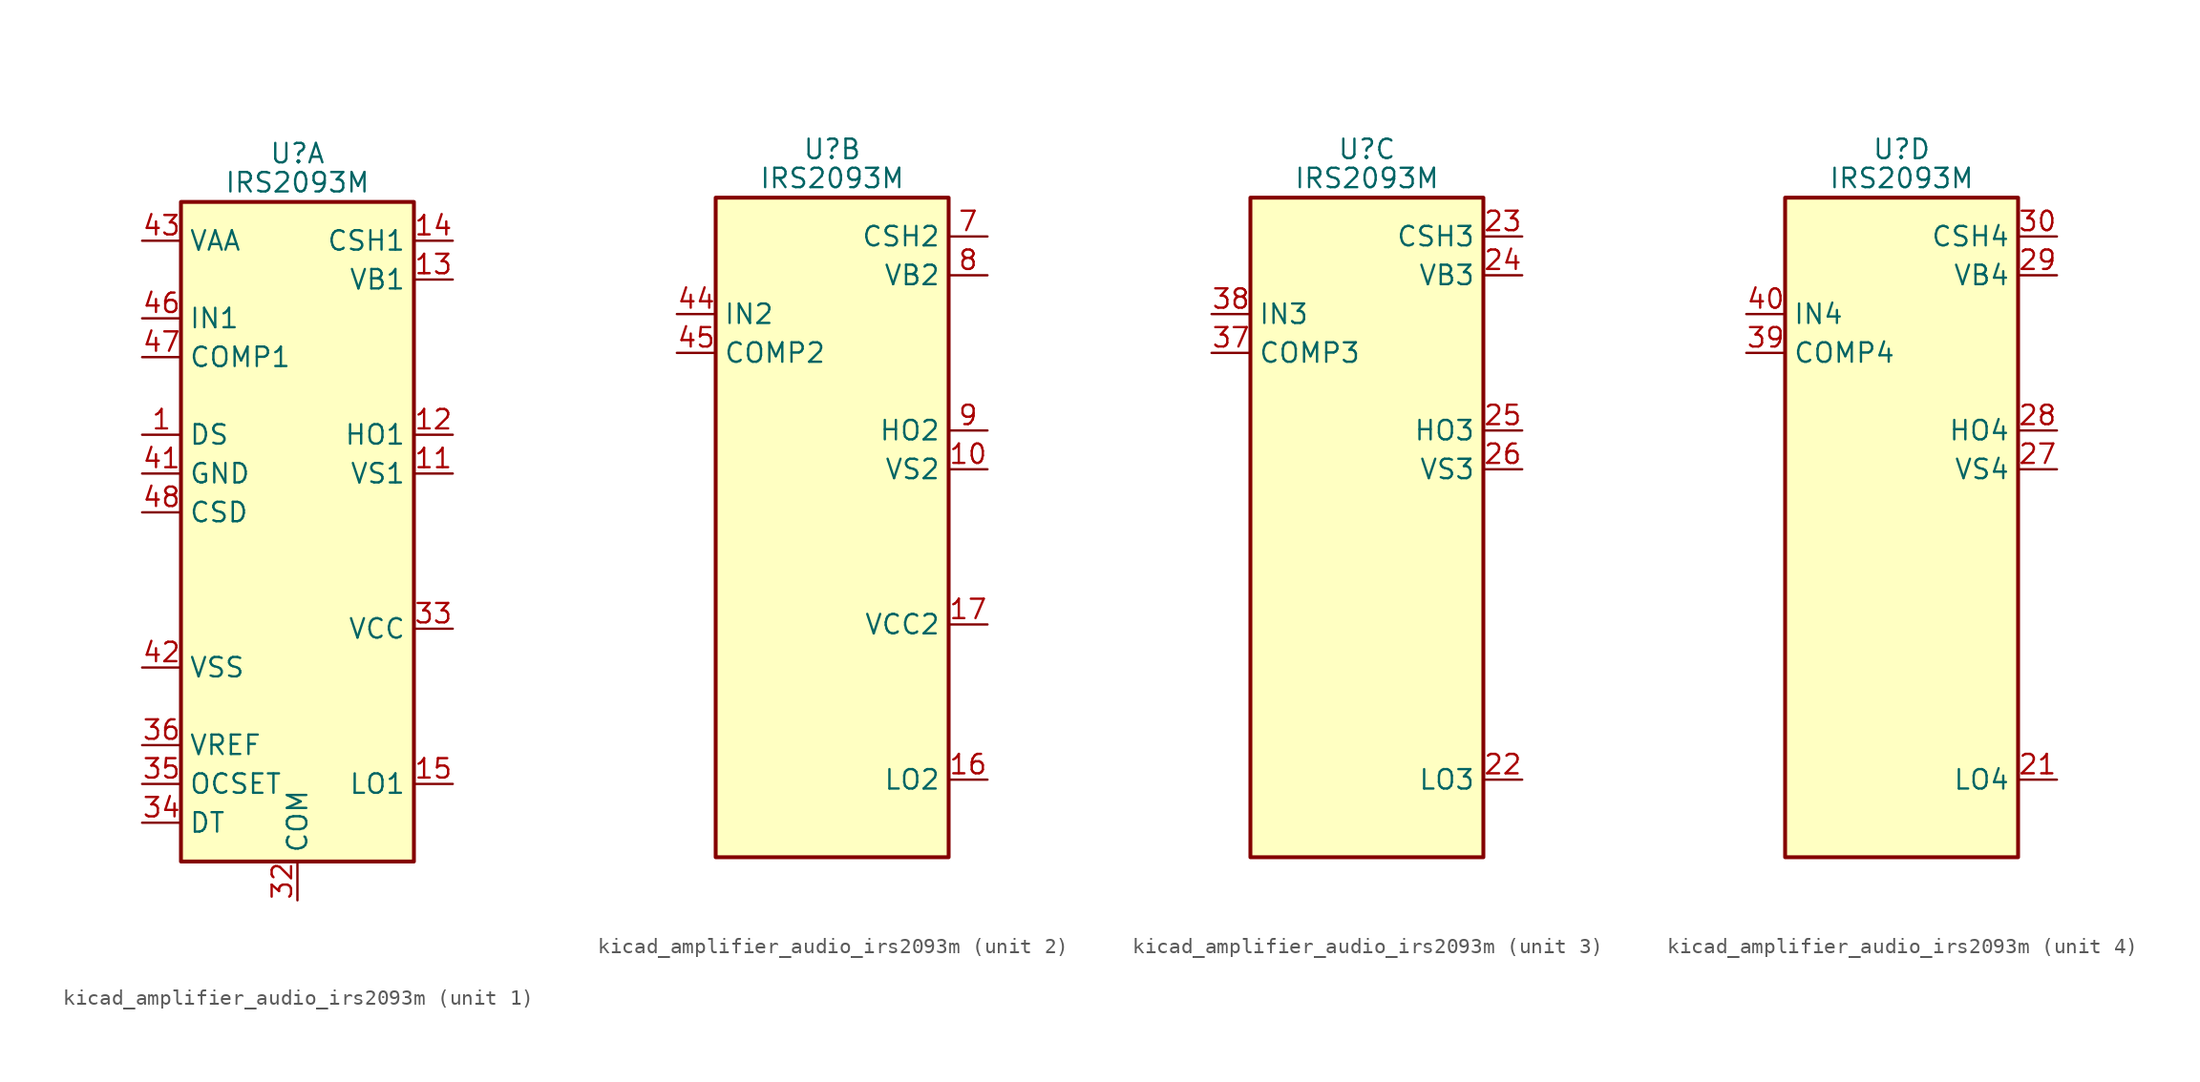
<source format=kicad_sym>
(kicad_symbol_lib
  (version 20220914)
  (generator kicad_symbol_editor)
  (symbol "kicad_amplifier_audio_irs2093m"
    (property "Reference" "U"
      (at 0 26.035 0)
      (effects (font (size 1.27 1.27))))
    (property "Value" "IRS2093M"
      (at 0 24.13 0)
      (effects (font (size 1.27 1.27))))
    (property "ki_locked" ""
      (at 0 0 0)
      (effects (font (size 1.27 1.27))))
    (symbol "kicad_amplifier_audio_irs2093m_0_1"
      (rectangle (start -7.62 -20.32) (end 7.62 22.86) (stroke (width 0.254) (type default)) (fill (type background))))
    (symbol "kicad_amplifier_audio_irs2093m_1_1"
      (pin input line (at -10.16 7.62 0) (length 2.54) (name "DS" (effects (font (size 1.27 1.27)))) (number "1" (effects (font (size 1.27 1.27)))))
      (pin passive line (at 10.16 5.08 180) (length 2.54) (name "VS1" (effects (font (size 1.27 1.27)))) (number "11" (effects (font (size 1.27 1.27)))))
      (pin output line (at 10.16 7.62 180) (length 2.54) (name "HO1" (effects (font (size 1.27 1.27)))) (number "12" (effects (font (size 1.27 1.27)))))
      (pin power_in line (at 10.16 17.78 180) (length 2.54) (name "VB1" (effects (font (size 1.27 1.27)))) (number "13" (effects (font (size 1.27 1.27)))))
      (pin passive line (at 10.16 20.32 180) (length 2.54) (name "CSH1" (effects (font (size 1.27 1.27)))) (number "14" (effects (font (size 1.27 1.27)))))
      (pin output line (at 10.16 -15.24 180) (length 2.54) (name "LO1" (effects (font (size 1.27 1.27)))) (number "15" (effects (font (size 1.27 1.27)))))
      (pin no_connect line (at 7.62 15.24 180) (length 2.54) hide (name "NC" (effects (font (size 1.27 1.27)))) (number "18" (effects (font (size 1.27 1.27)))))
      (pin no_connect line (at 7.62 12.7 180) (length 2.54) hide (name "NC" (effects (font (size 1.27 1.27)))) (number "19" (effects (font (size 1.27 1.27)))))
      (pin no_connect line (at -7.62 17.78 0) (length 2.54) hide (name "NC" (effects (font (size 1.27 1.27)))) (number "2" (effects (font (size 1.27 1.27)))))
      (pin passive line (at 0 -22.86 90) (length 2.54) hide (name "COM" (effects (font (size 1.27 1.27)))) (number "20" (effects (font (size 1.27 1.27)))))
      (pin no_connect line (at -7.62 10.16 0) (length 2.54) hide (name "NC" (effects (font (size 1.27 1.27)))) (number "3" (effects (font (size 1.27 1.27)))))
      (pin no_connect line (at 7.62 10.16 180) (length 2.54) hide (name "NC" (effects (font (size 1.27 1.27)))) (number "31" (effects (font (size 1.27 1.27)))))
      (pin power_in line (at 0 -22.86 90) (length 2.54) (name "COM" (effects (font (size 1.27 1.27)))) (number "32" (effects (font (size 1.27 1.27)))))
      (pin power_in line (at 10.16 -5.08 180) (length 2.54) (name "VCC" (effects (font (size 1.27 1.27)))) (number "33" (effects (font (size 1.27 1.27)))))
      (pin passive line (at -10.16 -17.78 0) (length 2.54) (name "DT" (effects (font (size 1.27 1.27)))) (number "34" (effects (font (size 1.27 1.27)))))
      (pin passive line (at -10.16 -15.24 0) (length 2.54) (name "OCSET" (effects (font (size 1.27 1.27)))) (number "35" (effects (font (size 1.27 1.27)))))
      (pin power_out line (at -10.16 -12.7 0) (length 2.54) (name "VREF" (effects (font (size 1.27 1.27)))) (number "36" (effects (font (size 1.27 1.27)))))
      (pin no_connect line (at -7.62 0 0) (length 2.54) hide (name "NC" (effects (font (size 1.27 1.27)))) (number "4" (effects (font (size 1.27 1.27)))))
      (pin power_in line (at -10.16 5.08 0) (length 2.54) (name "GND" (effects (font (size 1.27 1.27)))) (number "41" (effects (font (size 1.27 1.27)))))
      (pin power_in line (at -10.16 -7.62 0) (length 2.54) (name "VSS" (effects (font (size 1.27 1.27)))) (number "42" (effects (font (size 1.27 1.27)))))
      (pin power_in line (at -10.16 20.32 0) (length 2.54) (name "VAA" (effects (font (size 1.27 1.27)))) (number "43" (effects (font (size 1.27 1.27)))))
      (pin input line (at -10.16 15.24 0) (length 2.54) (name "IN1" (effects (font (size 1.27 1.27)))) (number "46" (effects (font (size 1.27 1.27)))))
      (pin output line (at -10.16 12.7 0) (length 2.54) (name "COMP1" (effects (font (size 1.27 1.27)))) (number "47" (effects (font (size 1.27 1.27)))))
      (pin passive line (at -10.16 2.54 0) (length 2.54) (name "CSD" (effects (font (size 1.27 1.27)))) (number "48" (effects (font (size 1.27 1.27)))))
      (pin passive line (at 0 -22.86 90) (length 2.54) hide (name "COM" (effects (font (size 1.27 1.27)))) (number "49" (effects (font (size 1.27 1.27)))))
      (pin no_connect line (at -7.62 -2.54 0) (length 2.54) hide (name "NC" (effects (font (size 1.27 1.27)))) (number "5" (effects (font (size 1.27 1.27)))))
      (pin no_connect line (at -7.62 -5.08 0) (length 2.54) hide (name "NC" (effects (font (size 1.27 1.27)))) (number "6" (effects (font (size 1.27 1.27))))))
    (symbol "kicad_amplifier_audio_irs2093m_2_1"
      (pin passive line (at 10.16 5.08 180) (length 2.54) (name "VS2" (effects (font (size 1.27 1.27)))) (number "10" (effects (font (size 1.27 1.27)))))
      (pin output line (at 10.16 -15.24 180) (length 2.54) (name "LO2" (effects (font (size 1.27 1.27)))) (number "16" (effects (font (size 1.27 1.27)))))
      (pin power_in line (at 10.16 -5.08 180) (length 2.54) (name "VCC2" (effects (font (size 1.27 1.27)))) (number "17" (effects (font (size 1.27 1.27)))))
      (pin input line (at -10.16 15.24 0) (length 2.54) (name "IN2" (effects (font (size 1.27 1.27)))) (number "44" (effects (font (size 1.27 1.27)))))
      (pin output line (at -10.16 12.7 0) (length 2.54) (name "COMP2" (effects (font (size 1.27 1.27)))) (number "45" (effects (font (size 1.27 1.27)))))
      (pin passive line (at 10.16 20.32 180) (length 2.54) (name "CSH2" (effects (font (size 1.27 1.27)))) (number "7" (effects (font (size 1.27 1.27)))))
      (pin power_in line (at 10.16 17.78 180) (length 2.54) (name "VB2" (effects (font (size 1.27 1.27)))) (number "8" (effects (font (size 1.27 1.27)))))
      (pin output line (at 10.16 7.62 180) (length 2.54) (name "HO2" (effects (font (size 1.27 1.27)))) (number "9" (effects (font (size 1.27 1.27))))))
    (symbol "kicad_amplifier_audio_irs2093m_3_1"
      (pin output line (at 10.16 -15.24 180) (length 2.54) (name "LO3" (effects (font (size 1.27 1.27)))) (number "22" (effects (font (size 1.27 1.27)))))
      (pin passive line (at 10.16 20.32 180) (length 2.54) (name "CSH3" (effects (font (size 1.27 1.27)))) (number "23" (effects (font (size 1.27 1.27)))))
      (pin power_in line (at 10.16 17.78 180) (length 2.54) (name "VB3" (effects (font (size 1.27 1.27)))) (number "24" (effects (font (size 1.27 1.27)))))
      (pin output line (at 10.16 7.62 180) (length 2.54) (name "HO3" (effects (font (size 1.27 1.27)))) (number "25" (effects (font (size 1.27 1.27)))))
      (pin passive line (at 10.16 5.08 180) (length 2.54) (name "VS3" (effects (font (size 1.27 1.27)))) (number "26" (effects (font (size 1.27 1.27)))))
      (pin output line (at -10.16 12.7 0) (length 2.54) (name "COMP3" (effects (font (size 1.27 1.27)))) (number "37" (effects (font (size 1.27 1.27)))))
      (pin input line (at -10.16 15.24 0) (length 2.54) (name "IN3" (effects (font (size 1.27 1.27)))) (number "38" (effects (font (size 1.27 1.27))))))
    (symbol "kicad_amplifier_audio_irs2093m_4_1"
      (pin output line (at 10.16 -15.24 180) (length 2.54) (name "LO4" (effects (font (size 1.27 1.27)))) (number "21" (effects (font (size 1.27 1.27)))))
      (pin passive line (at 10.16 5.08 180) (length 2.54) (name "VS4" (effects (font (size 1.27 1.27)))) (number "27" (effects (font (size 1.27 1.27)))))
      (pin output line (at 10.16 7.62 180) (length 2.54) (name "HO4" (effects (font (size 1.27 1.27)))) (number "28" (effects (font (size 1.27 1.27)))))
      (pin power_in line (at 10.16 17.78 180) (length 2.54) (name "VB4" (effects (font (size 1.27 1.27)))) (number "29" (effects (font (size 1.27 1.27)))))
      (pin passive line (at 10.16 20.32 180) (length 2.54) (name "CSH4" (effects (font (size 1.27 1.27)))) (number "30" (effects (font (size 1.27 1.27)))))
      (pin output line (at -10.16 12.7 0) (length 2.54) (name "COMP4" (effects (font (size 1.27 1.27)))) (number "39" (effects (font (size 1.27 1.27)))))
      (pin input line (at -10.16 15.24 0) (length 2.54) (name "IN4" (effects (font (size 1.27 1.27)))) (number "40" (effects (font (size 1.27 1.27))))))))
</source>
